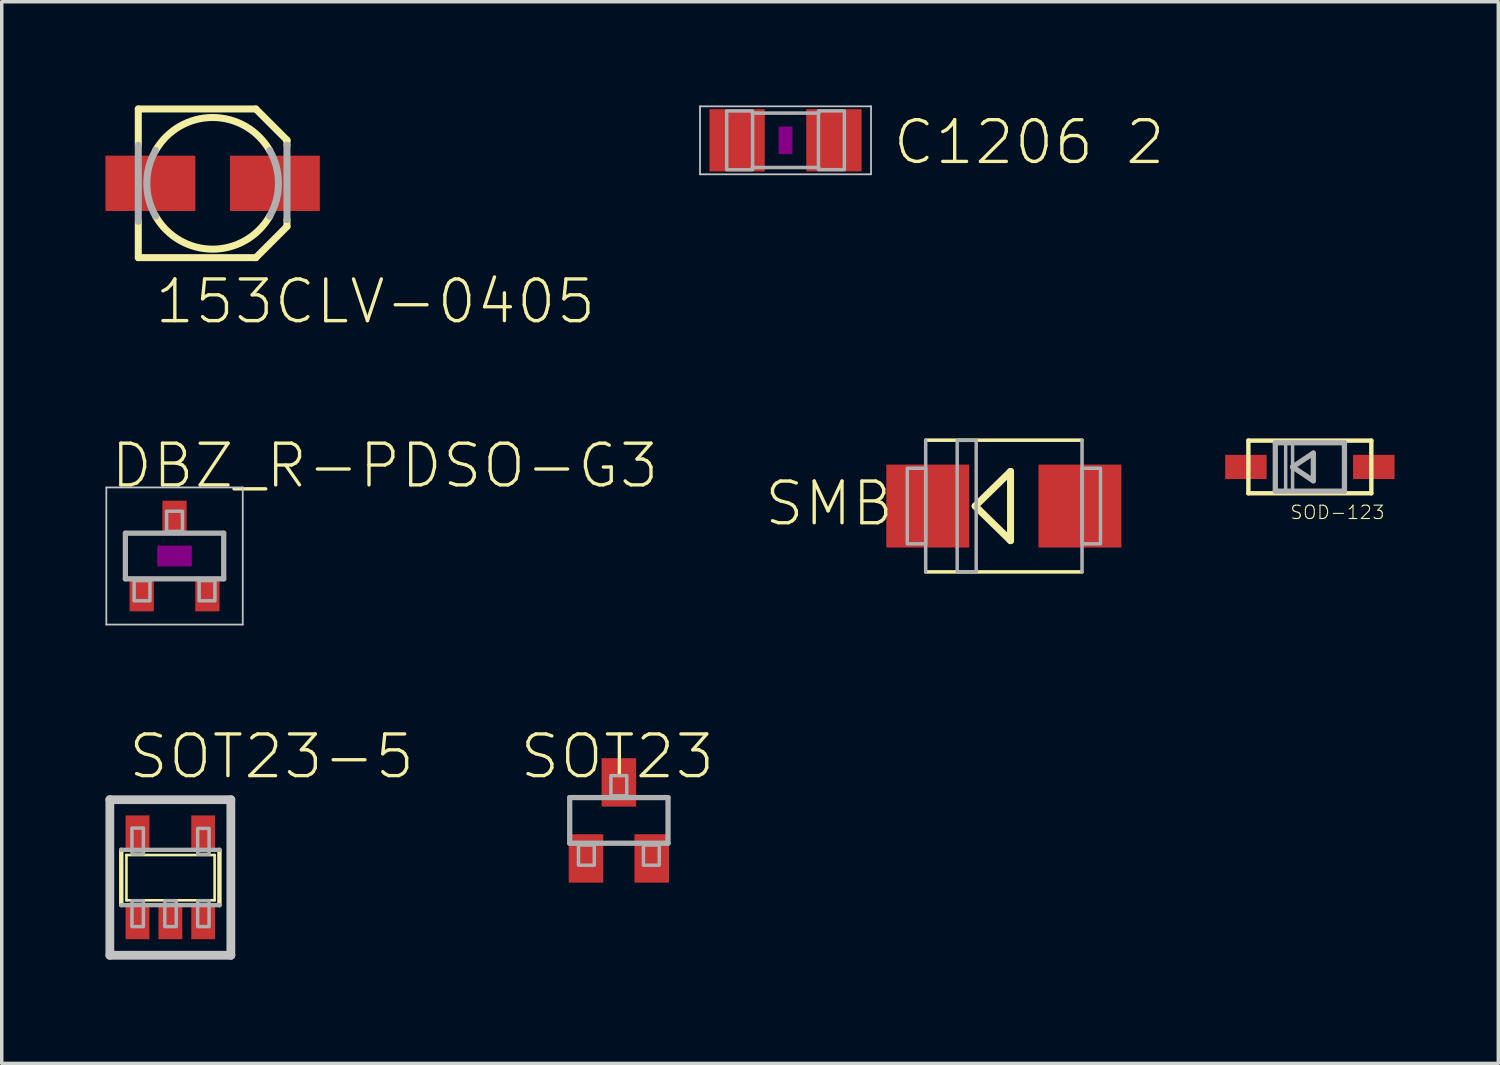
<source format=kicad_pcb>
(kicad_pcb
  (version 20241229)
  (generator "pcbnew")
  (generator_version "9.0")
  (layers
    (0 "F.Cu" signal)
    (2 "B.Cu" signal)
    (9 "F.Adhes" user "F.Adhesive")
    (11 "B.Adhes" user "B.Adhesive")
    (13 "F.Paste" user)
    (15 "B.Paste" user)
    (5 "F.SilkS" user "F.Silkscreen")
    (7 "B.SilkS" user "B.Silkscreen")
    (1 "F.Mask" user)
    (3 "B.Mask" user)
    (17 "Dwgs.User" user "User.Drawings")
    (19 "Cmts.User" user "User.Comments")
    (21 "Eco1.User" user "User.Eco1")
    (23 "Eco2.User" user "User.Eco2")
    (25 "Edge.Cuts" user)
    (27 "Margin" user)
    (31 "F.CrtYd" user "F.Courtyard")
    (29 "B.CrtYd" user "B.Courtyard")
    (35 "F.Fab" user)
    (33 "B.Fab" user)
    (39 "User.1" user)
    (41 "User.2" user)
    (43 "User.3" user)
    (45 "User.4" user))
  (footprint "SOT23"
    (layer "F.Cu")
    (at 14.849 20.678)
    (property "Reference" "SOT23" (at -2.921 -1.143 180) (layer "F.SilkS") (effects (font (size 1.206 1.206) (thickness 0.097)) (justify left bottom)))
    (attr through_hole)
    (fp_line (start -1.422 -0.66) (end 1.422 -0.66) (stroke (width 0.152) (type solid)) (layer "F.Fab"))
    (fp_line (start -1.422 0.66) (end -1.422 -0.66) (stroke (width 0.152) (type solid)) (layer "F.Fab"))
    (fp_line (start 1.422 -0.66) (end 1.422 0.66) (stroke (width 0.152) (type solid)) (layer "F.Fab"))
    (fp_line (start 1.422 0.66) (end -1.422 0.66) (stroke (width 0.152) (type solid)) (layer "F.Fab"))
    (fp_poly (pts (xy -1.168 1.295) (xy -0.711 1.295) (xy -0.711 0.711) (xy -1.168 0.711)) (stroke (width 0.1) (type solid)) (fill no) (layer "F.Fab"))
    (fp_poly (pts (xy -0.229 -0.711) (xy 0.229 -0.711) (xy 0.229 -1.295) (xy -0.229 -1.295)) (stroke (width 0.1) (type solid)) (fill no) (layer "F.Fab"))
    (fp_poly (pts (xy 0.711 1.295) (xy 1.168 1.295) (xy 1.168 0.711) (xy 0.711 0.711)) (stroke (width 0.1) (type solid)) (fill no) (layer "F.Fab"))
    (pad "1" smd rect (at -0.95 1.1) (size 1 1.4) (layers "F.Cu" "F.Mask" "F.Paste"))
    (pad "2" smd rect (at 0.95 1.1) (size 1 1.4) (layers "F.Cu" "F.Mask" "F.Paste"))
    (pad "3" smd rect (at 0 -1.1) (size 1 1.4) (layers "F.Cu" "F.Mask" "F.Paste")))
  (footprint "SMB"
    (layer "F.Cu")
    (at 25.984 11.586)
    (property "Reference" "SMB" (at -6.985 0.635 0) (layer "F.SilkS") (effects (font (size 1.206 1.206) (thickness 0.097)) (justify left bottom)))
    (attr through_hole)
    (fp_line (start -2.261 -1.905) (end 2.261 -1.905) (stroke (width 0.102) (type solid)) (layer "F.SilkS"))
    (fp_line (start -2.261 1.905) (end 2.261 1.905) (stroke (width 0.102) (type solid)) (layer "F.SilkS"))
    (fp_line (start -0.83 0) (end 0.193 1) (stroke (width 0.203) (type solid)) (layer "F.SilkS"))
    (fp_line (start 0.193 -1) (end -0.83 0) (stroke (width 0.203) (type solid)) (layer "F.SilkS"))
    (fp_line (start 0.193 1) (end 0.193 -1) (stroke (width 0.203) (type solid)) (layer "F.SilkS"))
    (fp_line (start -2.261 1.905) (end -2.261 -1.905) (stroke (width 0.102) (type solid)) (layer "F.Fab"))
    (fp_line (start 2.261 1.905) (end 2.261 -1.905) (stroke (width 0.102) (type solid)) (layer "F.Fab"))
    (fp_poly (pts (xy -2.794 1.092) (xy -2.261 1.092) (xy -2.261 -1.092) (xy -2.794 -1.092)) (stroke (width 0.1) (type solid)) (fill no) (layer "F.Fab"))
    (fp_poly (pts (xy -1.35 1.9) (xy -0.8 1.9) (xy -0.8 -1.9) (xy -1.35 -1.9)) (stroke (width 0.1) (type solid)) (fill no) (layer "F.Fab"))
    (fp_poly (pts (xy 2.261 1.092) (xy 2.794 1.092) (xy 2.794 -1.092) (xy 2.261 -1.092)) (stroke (width 0.1) (type solid)) (fill no) (layer "F.Fab"))
    (pad "A" smd rect (at 2.2 0) (size 2.4 2.4) (layers "F.Cu" "F.Mask" "F.Paste"))
    (pad "C" smd rect (at -2.2 0) (size 2.4 2.4) (layers "F.Cu" "F.Mask" "F.Paste")))
  (footprint "SOT23-5"
    (layer "F.Cu")
    (at 1.877 22.329)
    (property "Reference" "SOT23-5" (at -1.27 -2.794 0) (layer "F.SilkS") (effects (font (size 1.206 1.206) (thickness 0.097)) (justify left bottom)))
    (attr through_hole)
    (fp_line (start -1.42 0.8) (end -1.42 -0.8) (stroke (width 0.127) (type solid)) (layer "F.SilkS"))
    (fp_line (start -1.27 -0.65) (end 1.28 -0.65) (stroke (width 0.075) (type solid)) (layer "F.SilkS"))
    (fp_line (start -1.27 0.66) (end -1.27 -0.65) (stroke (width 0.075) (type solid)) (layer "F.SilkS"))
    (fp_line (start 0 1.29) (end 0 1.3) (stroke (width 0.01) (type solid)) (layer "F.SilkS"))
    (fp_line (start 1.28 -0.65) (end 1.28 0.66) (stroke (width 0.075) (type solid)) (layer "F.SilkS"))
    (fp_line (start 1.28 0.66) (end -1.27 0.66) (stroke (width 0.075) (type solid)) (layer "F.SilkS"))
    (fp_line (start 1.42 -0.8) (end 1.42 0.8) (stroke (width 0.127) (type solid)) (layer "F.SilkS"))
    (fp_line (start -1.75 -2.25) (end 1.75 -2.25) (stroke (width 0.254) (type solid)) (layer "Dwgs.User"))
    (fp_line (start -1.75 2.25) (end -1.75 -2.25) (stroke (width 0.254) (type solid)) (layer "Dwgs.User"))
    (fp_line (start 1.75 -2.25) (end 1.75 2.25) (stroke (width 0.254) (type solid)) (layer "Dwgs.User"))
    (fp_line (start 1.75 2.25) (end -1.75 2.25) (stroke (width 0.254) (type solid)) (layer "Dwgs.User"))
    (fp_line (start -1.42 -0.8) (end 1.42 -0.8) (stroke (width 0.127) (type solid)) (layer "F.Fab"))
    (fp_line (start 1.42 0.8) (end -1.42 0.8) (stroke (width 0.127) (type solid)) (layer "F.Fab"))
    (fp_poly (pts (xy -1.11 -0.68) (xy -0.78 -0.68) (xy -0.78 -1.43) (xy -1.11 -1.43)) (stroke (width 0.1) (type solid)) (fill no) (layer "F.Fab"))
    (fp_poly (pts (xy -1.11 1.42) (xy -0.78 1.42) (xy -0.78 0.67) (xy -1.11 0.67)) (stroke (width 0.1) (type solid)) (fill no) (layer "F.Fab"))
    (fp_poly (pts (xy -0.16 1.42) (xy 0.17 1.42) (xy 0.17 0.67) (xy -0.16 0.67)) (stroke (width 0.1) (type solid)) (fill no) (layer "F.Fab"))
    (fp_poly (pts (xy 0.79 -0.67) (xy 1.12 -0.67) (xy 1.12 -1.42) (xy 0.79 -1.42)) (stroke (width 0.1) (type solid)) (fill no) (layer "F.Fab"))
    (fp_poly (pts (xy 0.79 1.42) (xy 1.12 1.42) (xy 1.12 0.67) (xy 0.79 0.67)) (stroke (width 0.1) (type solid)) (fill no) (layer "F.Fab"))
    (pad "1" smd rect (at -0.95 1.29) (size 0.69 0.99) (layers "F.Cu" "F.Mask" "F.Paste"))
    (pad "2" smd rect (at 0 1.29) (size 0.69 0.99) (layers "F.Cu" "F.Mask" "F.Paste"))
    (pad "3" smd rect (at 0.95 1.29) (size 0.69 0.99) (layers "F.Cu" "F.Mask" "F.Paste"))
    (pad "4" smd rect (at 0.95 -1.3) (size 0.69 0.99) (layers "F.Cu" "F.Mask" "F.Paste"))
    (pad "5" smd rect (at -0.95 -1.3) (size 0.69 0.99) (layers "F.Cu" "F.Mask" "F.Paste")))
  (footprint "153CLV-0405"
    (layer "F.Cu")
    (at 3.1 2.252)
    (property "Reference" "153CLV-0405" (at -1.732 4.124 0) (layer "F.SilkS") (effects (font (size 1.206 1.206) (thickness 0.097)) (justify left bottom)))
    (attr through_hole)
    (fp_line (start -2.15 -2.15) (end 1.25 -2.15) (stroke (width 0.203) (type solid)) (layer "F.SilkS"))
    (fp_line (start -2.15 -1.1) (end -2.15 -2.15) (stroke (width 0.203) (type solid)) (layer "F.SilkS"))
    (fp_line (start -2.15 2.15) (end -2.15 1.1) (stroke (width 0.203) (type solid)) (layer "F.SilkS"))
    (fp_line (start 1.25 -2.15) (end 2.15 -1.25) (stroke (width 0.203) (type solid)) (layer "F.SilkS"))
    (fp_line (start 1.25 2.15) (end -2.15 2.15) (stroke (width 0.203) (type solid)) (layer "F.SilkS"))
    (fp_line (start 2.15 -1.25) (end 2.15 -1.1) (stroke (width 0.203) (type solid)) (layer "F.SilkS"))
    (fp_line (start 2.15 1.05) (end 2.15 1.25) (stroke (width 0.203) (type solid)) (layer "F.SilkS"))
    (fp_line (start 2.15 1.25) (end 1.25 2.15) (stroke (width 0.203) (type solid)) (layer "F.SilkS"))
    (fp_arc (start -1.65 -0.95) (mid 0 -1.903943) (end 1.65 -0.95) (stroke (width 0.2032) (type solid)) (layer "F.SilkS"))
    (fp_arc (start 1.65 0.95) (mid 0 1.903943) (end -1.65 0.95) (stroke (width 0.2032) (type solid)) (layer "F.SilkS"))
    (fp_line (start -2.15 1.1) (end -2.15 -1.1) (stroke (width 0.203) (type solid)) (layer "F.Fab"))
    (fp_line (start 2.15 -1.1) (end 2.15 1.05) (stroke (width 0.203) (type solid)) (layer "F.Fab"))
    (fp_arc (start -1.65 0.95) (mid -1.903943 0) (end -1.65 -0.95) (stroke (width 0.2032) (type solid)) (layer "F.Fab"))
    (fp_arc (start 1.65 -0.95) (mid 1.903943 0) (end 1.65 0.95) (stroke (width 0.2032) (type solid)) (layer "F.Fab"))
    (pad "+" smd rect (at 1.8 0) (size 2.6 1.6) (layers "F.Cu" "F.Mask" "F.Paste"))
    (pad "-" smd rect (at -1.8 0) (size 2.6 1.6) (layers "F.Cu" "F.Mask" "F.Paste")))
  (footprint "C1206 2"
    (layer "F.Cu")
    (at 19.669 1.008)
    (property "Reference" "C1206 2" (at 3.048 0.762 180) (layer "F.SilkS") (effects (font (size 1.206 1.206) (thickness 0.097)) (justify left bottom)))
    (attr through_hole)
    (fp_poly (pts (xy -0.2 0.4) (xy 0.2 0.4) (xy 0.2 -0.4) (xy -0.2 -0.4)) (stroke (width 0) (type solid)) (fill yes) (layer "F.Adhes"))
    (fp_line (start -2.473 -0.983) (end 2.473 -0.983) (stroke (width 0.051) (type solid)) (layer "Dwgs.User"))
    (fp_line (start -2.473 0.983) (end -2.473 -0.983) (stroke (width 0.051) (type solid)) (layer "Dwgs.User"))
    (fp_line (start 2.473 -0.983) (end 2.473 0.983) (stroke (width 0.051) (type solid)) (layer "Dwgs.User"))
    (fp_line (start 2.473 0.983) (end -2.473 0.983) (stroke (width 0.051) (type solid)) (layer "Dwgs.User"))
    (fp_line (start -0.965 -0.787) (end 0.965 -0.787) (stroke (width 0.102) (type solid)) (layer "F.Fab"))
    (fp_line (start -0.965 0.787) (end 0.965 0.787) (stroke (width 0.102) (type solid)) (layer "F.Fab"))
    (fp_poly (pts (xy -1.702 0.851) (xy -0.952 0.851) (xy -0.952 -0.849) (xy -1.702 -0.849)) (stroke (width 0.1) (type solid)) (fill no) (layer "F.Fab"))
    (fp_poly (pts (xy 0.952 0.849) (xy 1.702 0.849) (xy 1.702 -0.851) (xy 0.952 -0.851)) (stroke (width 0.1) (type solid)) (fill no) (layer "F.Fab"))
    (pad "1" smd rect (at -1.4 0) (size 1.6 1.8) (layers "F.Cu" "F.Mask" "F.Paste"))
    (pad "2" smd rect (at 1.4 0) (size 1.6 1.8) (layers "F.Cu" "F.Mask" "F.Paste")))
  (footprint "DBZ_R-PDSO-G3"
    (layer "F.Cu")
    (at 1.998 13.031)
    (property "Reference" "DBZ_R-PDSO-G3" (at -1.905 -1.905 180) (layer "F.SilkS") (effects (font (size 1.206 1.206) (thickness 0.097)) (justify left bottom)))
    (attr through_hole)
    (fp_poly (pts (xy -0.5 0.3) (xy 0.5 0.3) (xy 0.5 -0.3) (xy -0.5 -0.3)) (stroke (width 0) (type solid)) (fill yes) (layer "F.Adhes"))
    (fp_line (start -1.973 -1.983) (end 1.973 -1.983) (stroke (width 0.051) (type solid)) (layer "Dwgs.User"))
    (fp_line (start -1.973 1.983) (end -1.973 -1.983) (stroke (width 0.051) (type solid)) (layer "Dwgs.User"))
    (fp_line (start 1.973 -1.983) (end 1.973 1.983) (stroke (width 0.051) (type solid)) (layer "Dwgs.User"))
    (fp_line (start 1.973 1.983) (end -1.973 1.983) (stroke (width 0.051) (type solid)) (layer "Dwgs.User"))
    (fp_line (start -1.422 -0.66) (end 1.422 -0.66) (stroke (width 0.152) (type solid)) (layer "F.Fab"))
    (fp_line (start -1.422 0.66) (end -1.422 -0.66) (stroke (width 0.152) (type solid)) (layer "F.Fab"))
    (fp_line (start 1.422 -0.66) (end 1.422 0.66) (stroke (width 0.152) (type solid)) (layer "F.Fab"))
    (fp_line (start 1.422 0.66) (end -1.422 0.66) (stroke (width 0.152) (type solid)) (layer "F.Fab"))
    (fp_poly (pts (xy -1.168 1.295) (xy -0.711 1.295) (xy -0.711 0.711) (xy -1.168 0.711)) (stroke (width 0.1) (type solid)) (fill no) (layer "F.Fab"))
    (fp_poly (pts (xy -0.229 -0.711) (xy 0.229 -0.711) (xy 0.229 -1.295) (xy -0.229 -1.295)) (stroke (width 0.1) (type solid)) (fill no) (layer "F.Fab"))
    (fp_poly (pts (xy 0.711 1.295) (xy 1.168 1.295) (xy 1.168 0.711) (xy 0.711 0.711)) (stroke (width 0.1) (type solid)) (fill no) (layer "F.Fab"))
    (pad "1" smd rect (at -0.95 1.1) (size 0.7 1) (layers "F.Cu" "F.Mask" "F.Paste"))
    (pad "2" smd rect (at 0.95 1.1) (size 0.7 1) (layers "F.Cu" "F.Mask" "F.Paste"))
    (pad "3" smd rect (at 0 -1.1) (size 0.7 1) (layers "F.Cu" "F.Mask" "F.Paste")))
  (footprint "SOD-123"
    (layer "F.Cu")
    (at 34.834 10.455)
    (property "Reference" "SOD-123" (at -0.592 1.54 180) (layer "F.SilkS") (effects (font (size 0.386 0.386) (thickness 0.031)) (justify left bottom)))
    (attr through_hole)
    (fp_line (start -1.778 -0.762) (end 1.778 -0.762) (stroke (width 0.127) (type solid)) (layer "F.SilkS"))
    (fp_line (start -1.778 0.762) (end -1.778 -0.762) (stroke (width 0.127) (type solid)) (layer "F.SilkS"))
    (fp_line (start 1.778 -0.762) (end 1.778 0.762) (stroke (width 0.127) (type solid)) (layer "F.SilkS"))
    (fp_line (start 1.778 0.762) (end -1.778 0.762) (stroke (width 0.127) (type solid)) (layer "F.SilkS"))
    (fp_line (start -1 -0.7) (end 1 -0.7) (stroke (width 0.152) (type solid)) (layer "F.Fab"))
    (fp_line (start -1 0.7) (end -1 -0.7) (stroke (width 0.152) (type solid)) (layer "F.Fab"))
    (fp_line (start -0.5 0) (end 0.1 -0.4) (stroke (width 0.152) (type solid)) (layer "F.Fab"))
    (fp_line (start 0.1 -0.4) (end 0.1 0.4) (stroke (width 0.152) (type solid)) (layer "F.Fab"))
    (fp_line (start 0.1 0.4) (end -0.5 0) (stroke (width 0.152) (type solid)) (layer "F.Fab"))
    (fp_line (start 1 -0.7) (end 1 0.7) (stroke (width 0.152) (type solid)) (layer "F.Fab"))
    (fp_line (start 1 0.7) (end -1 0.7) (stroke (width 0.152) (type solid)) (layer "F.Fab"))
    (fp_poly (pts (xy -0.7 0.7) (xy -0.5 0.7) (xy -0.5 -0.7) (xy -0.7 -0.7)) (stroke (width 0.1) (type solid)) (fill no) (layer "F.Fab"))
    (pad "A" smd rect (at 1.85 0) (size 1.2 0.7) (layers "F.Cu" "F.Mask" "F.Paste"))
    (pad "C" smd rect (at -1.85 0) (size 1.2 0.7) (layers "F.Cu" "F.Mask" "F.Paste")))
  (gr_rect
    (start -3 -3)
    (end 40.284 27.706)
    (stroke (width 0.1) (type default))
    (fill no)
    (layer "Edge.Cuts")))
</source>
